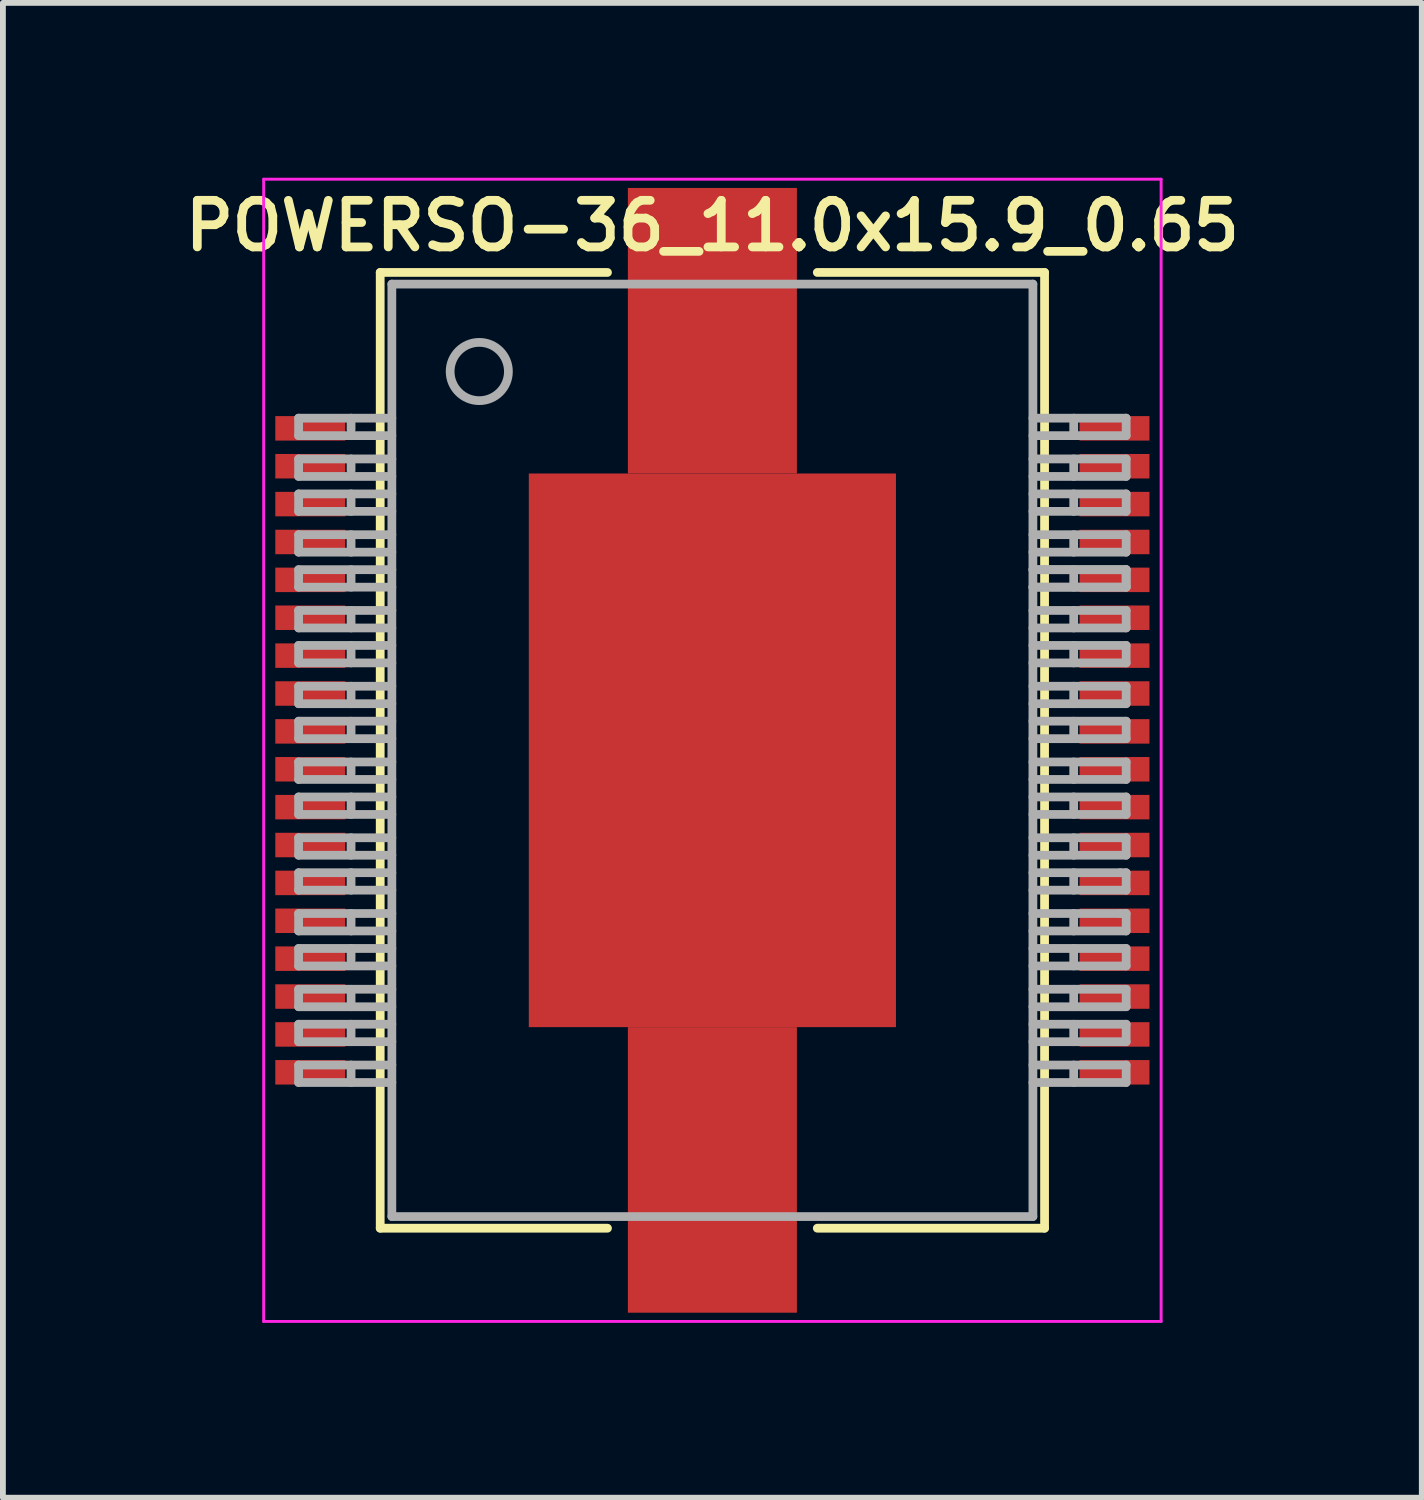
<source format=kicad_pcb>
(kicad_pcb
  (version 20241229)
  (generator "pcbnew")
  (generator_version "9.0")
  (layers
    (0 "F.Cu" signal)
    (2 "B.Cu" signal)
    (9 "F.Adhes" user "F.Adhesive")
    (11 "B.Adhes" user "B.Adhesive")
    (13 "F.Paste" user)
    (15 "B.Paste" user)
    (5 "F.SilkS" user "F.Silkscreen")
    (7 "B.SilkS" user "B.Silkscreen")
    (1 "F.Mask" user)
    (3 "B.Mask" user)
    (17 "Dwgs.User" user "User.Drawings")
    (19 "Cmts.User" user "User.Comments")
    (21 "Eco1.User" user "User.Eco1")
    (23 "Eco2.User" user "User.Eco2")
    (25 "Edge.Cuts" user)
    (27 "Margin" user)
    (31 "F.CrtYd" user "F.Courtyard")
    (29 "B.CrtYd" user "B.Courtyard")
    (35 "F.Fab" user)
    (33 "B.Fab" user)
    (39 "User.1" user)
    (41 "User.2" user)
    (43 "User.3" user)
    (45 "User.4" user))
  (footprint "POWERSO-36_11.0x15.9_0.65"
    (layer "F.Cu")
    (at 9.174 9.825)
    (property "Reference" "POWERSO-36_11.0x15.9_0.65" (at 0 -9 0) (layer "F.SilkS") (effects (font (size 0.8 0.8) (thickness 0.15))))
    (attr through_hole)
    (fp_line (start -5.7 -8.2) (end -1.8 -8.2) (stroke (width 0.15) (type solid)) (layer "F.SilkS"))
    (fp_line (start -5.7 8.2) (end -5.7 -8.2) (stroke (width 0.15) (type solid)) (layer "F.SilkS"))
    (fp_line (start -1.8 8.2) (end -5.7 8.2) (stroke (width 0.15) (type solid)) (layer "F.SilkS"))
    (fp_line (start 1.8 -8.2) (end 5.7 -8.2) (stroke (width 0.15) (type solid)) (layer "F.SilkS"))
    (fp_line (start 5.7 -8.2) (end 5.7 8.2) (stroke (width 0.15) (type solid)) (layer "F.SilkS"))
    (fp_line (start 5.7 8.2) (end 1.8 8.2) (stroke (width 0.15) (type solid)) (layer "F.SilkS"))
    (fp_line (start -7.7 -9.8) (end 7.7 -9.8) (stroke (width 0.05) (type solid)) (layer "F.CrtYd"))
    (fp_line (start -7.7 9.8) (end -7.7 -9.8) (stroke (width 0.05) (type solid)) (layer "F.CrtYd"))
    (fp_line (start 7.7 -9.8) (end 7.7 9.8) (stroke (width 0.05) (type solid)) (layer "F.CrtYd"))
    (fp_line (start 7.7 9.8) (end -7.7 9.8) (stroke (width 0.05) (type solid)) (layer "F.CrtYd"))
    (fp_line (start -7.1 -5.7) (end -5.5 -5.7) (stroke (width 0.15) (type solid)) (layer "F.Fab"))
    (fp_line (start -7.1 -5.4) (end -7.1 -5.7) (stroke (width 0.15) (type solid)) (layer "F.Fab"))
    (fp_line (start -7.1 -5) (end -5.5 -5) (stroke (width 0.15) (type solid)) (layer "F.Fab"))
    (fp_line (start -7.1 -4.7) (end -7.1 -5) (stroke (width 0.15) (type solid)) (layer "F.Fab"))
    (fp_line (start -7.1 -4.4) (end -7.1 -4.1) (stroke (width 0.15) (type solid)) (layer "F.Fab"))
    (fp_line (start -7.1 -4.1) (end -5.5 -4.1) (stroke (width 0.15) (type solid)) (layer "F.Fab"))
    (fp_line (start -7.1 -3.7) (end -7.1 -3.4) (stroke (width 0.15) (type solid)) (layer "F.Fab"))
    (fp_line (start -7.1 -3.4) (end -5.5 -3.4) (stroke (width 0.15) (type solid)) (layer "F.Fab"))
    (fp_line (start -7.1 -3.1) (end -7.1 -2.8) (stroke (width 0.15) (type solid)) (layer "F.Fab"))
    (fp_line (start -7.1 -2.8) (end -5.5 -2.8) (stroke (width 0.15) (type solid)) (layer "F.Fab"))
    (fp_line (start -7.1 -2.4) (end -7.1 -2.1) (stroke (width 0.15) (type solid)) (layer "F.Fab"))
    (fp_line (start -7.1 -2.1) (end -5.5 -2.1) (stroke (width 0.15) (type solid)) (layer "F.Fab"))
    (fp_line (start -7.1 -1.8) (end -7.1 -1.5) (stroke (width 0.15) (type solid)) (layer "F.Fab"))
    (fp_line (start -7.1 -1.5) (end -5.5 -1.5) (stroke (width 0.15) (type solid)) (layer "F.Fab"))
    (fp_line (start -7.1 -1.1) (end -7.1 -0.8) (stroke (width 0.15) (type solid)) (layer "F.Fab"))
    (fp_line (start -7.1 -0.8) (end -5.5 -0.8) (stroke (width 0.15) (type solid)) (layer "F.Fab"))
    (fp_line (start -7.1 -0.5) (end -7.1 -0.2) (stroke (width 0.15) (type solid)) (layer "F.Fab"))
    (fp_line (start -7.1 -0.2) (end -5.5 -0.2) (stroke (width 0.15) (type solid)) (layer "F.Fab"))
    (fp_line (start -7.1 0.2) (end -7.1 0.5) (stroke (width 0.15) (type solid)) (layer "F.Fab"))
    (fp_line (start -7.1 0.5) (end -5.5 0.5) (stroke (width 0.15) (type solid)) (layer "F.Fab"))
    (fp_line (start -7.1 0.8) (end -7.1 1.1) (stroke (width 0.15) (type solid)) (layer "F.Fab"))
    (fp_line (start -7.1 1.1) (end -5.5 1.1) (stroke (width 0.15) (type solid)) (layer "F.Fab"))
    (fp_line (start -7.1 1.5) (end -7.1 1.8) (stroke (width 0.15) (type solid)) (layer "F.Fab"))
    (fp_line (start -7.1 1.8) (end -5.5 1.8) (stroke (width 0.15) (type solid)) (layer "F.Fab"))
    (fp_line (start -7.1 2.1) (end -7.1 2.4) (stroke (width 0.15) (type solid)) (layer "F.Fab"))
    (fp_line (start -7.1 2.4) (end -5.5 2.4) (stroke (width 0.15) (type solid)) (layer "F.Fab"))
    (fp_line (start -7.1 2.8) (end -7.1 3.1) (stroke (width 0.15) (type solid)) (layer "F.Fab"))
    (fp_line (start -7.1 3.1) (end -5.5 3.1) (stroke (width 0.15) (type solid)) (layer "F.Fab"))
    (fp_line (start -7.1 3.4) (end -7.1 3.7) (stroke (width 0.15) (type solid)) (layer "F.Fab"))
    (fp_line (start -7.1 3.7) (end -5.5 3.7) (stroke (width 0.15) (type solid)) (layer "F.Fab"))
    (fp_line (start -7.1 4.1) (end -7.1 4.4) (stroke (width 0.15) (type solid)) (layer "F.Fab"))
    (fp_line (start -7.1 4.4) (end -5.5 4.4) (stroke (width 0.15) (type solid)) (layer "F.Fab"))
    (fp_line (start -7.1 4.7) (end -7.1 5) (stroke (width 0.15) (type solid)) (layer "F.Fab"))
    (fp_line (start -7.1 5) (end -5.5 5) (stroke (width 0.15) (type solid)) (layer "F.Fab"))
    (fp_line (start -7.1 5.4) (end -7.1 5.7) (stroke (width 0.15) (type solid)) (layer "F.Fab"))
    (fp_line (start -7.1 5.7) (end -5.5 5.7) (stroke (width 0.15) (type solid)) (layer "F.Fab"))
    (fp_line (start -6.2 -5.7) (end -6.2 -5.5) (stroke (width 0.15) (type solid)) (layer "F.Fab"))
    (fp_line (start -6.2 -5) (end -6.2 -4.8) (stroke (width 0.15) (type solid)) (layer "F.Fab"))
    (fp_line (start -6.2 -4.4) (end -6.2 -4.1) (stroke (width 0.15) (type solid)) (layer "F.Fab"))
    (fp_line (start -6.2 -3.7) (end -6.2 -3.4) (stroke (width 0.15) (type solid)) (layer "F.Fab"))
    (fp_line (start -6.2 -3.1) (end -6.2 -2.8) (stroke (width 0.15) (type solid)) (layer "F.Fab"))
    (fp_line (start -6.2 -2.4) (end -6.2 -2.1) (stroke (width 0.15) (type solid)) (layer "F.Fab"))
    (fp_line (start -6.2 -1.8) (end -6.2 -1.5) (stroke (width 0.15) (type solid)) (layer "F.Fab"))
    (fp_line (start -6.2 -1.1) (end -6.2 -0.8) (stroke (width 0.15) (type solid)) (layer "F.Fab"))
    (fp_line (start -6.2 -0.5) (end -6.2 -0.2) (stroke (width 0.15) (type solid)) (layer "F.Fab"))
    (fp_line (start -6.2 0.2) (end -6.2 0.4) (stroke (width 0.15) (type solid)) (layer "F.Fab"))
    (fp_line (start -6.2 0.8) (end -6.2 1.1) (stroke (width 0.15) (type solid)) (layer "F.Fab"))
    (fp_line (start -6.2 1.5) (end -6.2 1.8) (stroke (width 0.15) (type solid)) (layer "F.Fab"))
    (fp_line (start -6.2 2.1) (end -6.2 2.4) (stroke (width 0.15) (type solid)) (layer "F.Fab"))
    (fp_line (start -6.2 2.8) (end -6.2 3.1) (stroke (width 0.15) (type solid)) (layer "F.Fab"))
    (fp_line (start -6.2 3.4) (end -6.2 3.6) (stroke (width 0.15) (type solid)) (layer "F.Fab"))
    (fp_line (start -6.2 4.1) (end -6.2 4.4) (stroke (width 0.15) (type solid)) (layer "F.Fab"))
    (fp_line (start -6.2 4.7) (end -6.2 5) (stroke (width 0.15) (type solid)) (layer "F.Fab"))
    (fp_line (start -6.2 5.4) (end -6.2 5.7) (stroke (width 0.15) (type solid)) (layer "F.Fab"))
    (fp_line (start -5.5 -8) (end -5.5 8) (stroke (width 0.15) (type solid)) (layer "F.Fab"))
    (fp_line (start -5.5 -5.4) (end -7.1 -5.4) (stroke (width 0.15) (type solid)) (layer "F.Fab"))
    (fp_line (start -5.5 -4.7) (end -7.1 -4.7) (stroke (width 0.15) (type solid)) (layer "F.Fab"))
    (fp_line (start -5.5 -4.4) (end -7.1 -4.4) (stroke (width 0.15) (type solid)) (layer "F.Fab"))
    (fp_line (start -5.5 -3.7) (end -7.1 -3.7) (stroke (width 0.15) (type solid)) (layer "F.Fab"))
    (fp_line (start -5.5 -3.1) (end -7.1 -3.1) (stroke (width 0.15) (type solid)) (layer "F.Fab"))
    (fp_line (start -5.5 -2.4) (end -7.1 -2.4) (stroke (width 0.15) (type solid)) (layer "F.Fab"))
    (fp_line (start -5.5 -1.8) (end -7.1 -1.8) (stroke (width 0.15) (type solid)) (layer "F.Fab"))
    (fp_line (start -5.5 -1.1) (end -7.1 -1.1) (stroke (width 0.15) (type solid)) (layer "F.Fab"))
    (fp_line (start -5.5 -0.5) (end -7.1 -0.5) (stroke (width 0.15) (type solid)) (layer "F.Fab"))
    (fp_line (start -5.5 0.2) (end -7.1 0.2) (stroke (width 0.15) (type solid)) (layer "F.Fab"))
    (fp_line (start -5.5 0.8) (end -7.1 0.8) (stroke (width 0.15) (type solid)) (layer "F.Fab"))
    (fp_line (start -5.5 1.5) (end -7.1 1.5) (stroke (width 0.15) (type solid)) (layer "F.Fab"))
    (fp_line (start -5.5 2.1) (end -7.1 2.1) (stroke (width 0.15) (type solid)) (layer "F.Fab"))
    (fp_line (start -5.5 2.8) (end -7.1 2.8) (stroke (width 0.15) (type solid)) (layer "F.Fab"))
    (fp_line (start -5.5 3.4) (end -7.1 3.4) (stroke (width 0.15) (type solid)) (layer "F.Fab"))
    (fp_line (start -5.5 4.1) (end -7.1 4.1) (stroke (width 0.15) (type solid)) (layer "F.Fab"))
    (fp_line (start -5.5 4.7) (end -7.1 4.7) (stroke (width 0.15) (type solid)) (layer "F.Fab"))
    (fp_line (start -5.5 5.4) (end -7.1 5.4) (stroke (width 0.15) (type solid)) (layer "F.Fab"))
    (fp_line (start -5.5 8) (end 5.5 8) (stroke (width 0.15) (type solid)) (layer "F.Fab"))
    (fp_line (start 5.5 -8) (end -5.5 -8) (stroke (width 0.15) (type solid)) (layer "F.Fab"))
    (fp_line (start 5.5 -5.7) (end 7.1 -5.7) (stroke (width 0.15) (type solid)) (layer "F.Fab"))
    (fp_line (start 5.5 -5) (end 7.1 -5) (stroke (width 0.15) (type solid)) (layer "F.Fab"))
    (fp_line (start 5.5 -4.4) (end 7.1 -4.4) (stroke (width 0.15) (type solid)) (layer "F.Fab"))
    (fp_line (start 5.5 -3.7) (end 7.1 -3.7) (stroke (width 0.15) (type solid)) (layer "F.Fab"))
    (fp_line (start 5.5 -3.1) (end 7.1 -3.1) (stroke (width 0.15) (type solid)) (layer "F.Fab"))
    (fp_line (start 5.5 -3.1) (end 7.1 -3.1) (stroke (width 0.15) (type solid)) (layer "F.Fab"))
    (fp_line (start 5.5 -2.4) (end 7.1 -2.4) (stroke (width 0.15) (type solid)) (layer "F.Fab"))
    (fp_line (start 5.5 -1.8) (end 7.1 -1.8) (stroke (width 0.15) (type solid)) (layer "F.Fab"))
    (fp_line (start 5.5 -1.1) (end 7.1 -1.1) (stroke (width 0.15) (type solid)) (layer "F.Fab"))
    (fp_line (start 5.5 -0.5) (end 7.1 -0.5) (stroke (width 0.15) (type solid)) (layer "F.Fab"))
    (fp_line (start 5.5 0.2) (end 7.1 0.2) (stroke (width 0.15) (type solid)) (layer "F.Fab"))
    (fp_line (start 5.5 0.8) (end 7.1 0.8) (stroke (width 0.15) (type solid)) (layer "F.Fab"))
    (fp_line (start 5.5 1.5) (end 7.1 1.5) (stroke (width 0.15) (type solid)) (layer "F.Fab"))
    (fp_line (start 5.5 2.1) (end 7 2.1) (stroke (width 0.15) (type solid)) (layer "F.Fab"))
    (fp_line (start 5.5 2.8) (end 7 2.8) (stroke (width 0.15) (type solid)) (layer "F.Fab"))
    (fp_line (start 5.5 3.4) (end 7.1 3.4) (stroke (width 0.15) (type solid)) (layer "F.Fab"))
    (fp_line (start 5.5 4.1) (end 7.1 4.1) (stroke (width 0.15) (type solid)) (layer "F.Fab"))
    (fp_line (start 5.5 4.7) (end 7.1 4.7) (stroke (width 0.15) (type solid)) (layer "F.Fab"))
    (fp_line (start 5.5 5.4) (end 7.1 5.4) (stroke (width 0.15) (type solid)) (layer "F.Fab"))
    (fp_line (start 5.5 8) (end 5.5 -8) (stroke (width 0.15) (type solid)) (layer "F.Fab"))
    (fp_line (start 6.2 -5.4) (end 6.2 -5.7) (stroke (width 0.15) (type solid)) (layer "F.Fab"))
    (fp_line (start 6.2 -4.7) (end 6.2 -5) (stroke (width 0.15) (type solid)) (layer "F.Fab"))
    (fp_line (start 6.2 -4.1) (end 6.2 -4.4) (stroke (width 0.15) (type solid)) (layer "F.Fab"))
    (fp_line (start 6.2 -3.4) (end 6.2 -3.7) (stroke (width 0.15) (type solid)) (layer "F.Fab"))
    (fp_line (start 6.2 -2.8) (end 6.2 -3.1) (stroke (width 0.15) (type solid)) (layer "F.Fab"))
    (fp_line (start 6.2 -2.1) (end 6.2 -2.4) (stroke (width 0.15) (type solid)) (layer "F.Fab"))
    (fp_line (start 6.2 -1.5) (end 6.2 -1.8) (stroke (width 0.15) (type solid)) (layer "F.Fab"))
    (fp_line (start 6.2 -0.8) (end 6.2 -1.1) (stroke (width 0.15) (type solid)) (layer "F.Fab"))
    (fp_line (start 6.2 -0.2) (end 6.2 -0.5) (stroke (width 0.15) (type solid)) (layer "F.Fab"))
    (fp_line (start 6.2 0.5) (end 6.2 0.2) (stroke (width 0.15) (type solid)) (layer "F.Fab"))
    (fp_line (start 6.2 1.1) (end 6.2 0.8) (stroke (width 0.15) (type solid)) (layer "F.Fab"))
    (fp_line (start 6.2 1.8) (end 6.2 1.5) (stroke (width 0.15) (type solid)) (layer "F.Fab"))
    (fp_line (start 6.2 2.4) (end 6.2 2.1) (stroke (width 0.15) (type solid)) (layer "F.Fab"))
    (fp_line (start 6.2 3.1) (end 6.2 2.8) (stroke (width 0.15) (type solid)) (layer "F.Fab"))
    (fp_line (start 6.2 3.7) (end 6.2 3.4) (stroke (width 0.15) (type solid)) (layer "F.Fab"))
    (fp_line (start 6.2 4.4) (end 6.2 4.1) (stroke (width 0.15) (type solid)) (layer "F.Fab"))
    (fp_line (start 6.2 5) (end 6.2 4.7) (stroke (width 0.15) (type solid)) (layer "F.Fab"))
    (fp_line (start 6.2 5.7) (end 6.2 5.4) (stroke (width 0.15) (type solid)) (layer "F.Fab"))
    (fp_line (start 7 2.1) (end 7.1 2.1) (stroke (width 0.15) (type solid)) (layer "F.Fab"))
    (fp_line (start 7 2.8) (end 7.1 2.8) (stroke (width 0.15) (type solid)) (layer "F.Fab"))
    (fp_line (start 7.1 -5.7) (end 7.1 -5.4) (stroke (width 0.15) (type solid)) (layer "F.Fab"))
    (fp_line (start 7.1 -5.4) (end 5.5 -5.4) (stroke (width 0.15) (type solid)) (layer "F.Fab"))
    (fp_line (start 7.1 -5) (end 7.1 -4.7) (stroke (width 0.15) (type solid)) (layer "F.Fab"))
    (fp_line (start 7.1 -4.7) (end 5.5 -4.7) (stroke (width 0.15) (type solid)) (layer "F.Fab"))
    (fp_line (start 7.1 -4.4) (end 7.1 -4.1) (stroke (width 0.15) (type solid)) (layer "F.Fab"))
    (fp_line (start 7.1 -4.1) (end 5.5 -4.1) (stroke (width 0.15) (type solid)) (layer "F.Fab"))
    (fp_line (start 7.1 -3.7) (end 7.1 -3.4) (stroke (width 0.15) (type solid)) (layer "F.Fab"))
    (fp_line (start 7.1 -3.4) (end 5.5 -3.4) (stroke (width 0.15) (type solid)) (layer "F.Fab"))
    (fp_line (start 7.1 -3.1) (end 7.1 -2.8) (stroke (width 0.15) (type solid)) (layer "F.Fab"))
    (fp_line (start 7.1 -3.1) (end 7.1 -2.8) (stroke (width 0.15) (type solid)) (layer "F.Fab"))
    (fp_line (start 7.1 -2.8) (end 5.5 -2.8) (stroke (width 0.15) (type solid)) (layer "F.Fab"))
    (fp_line (start 7.1 -2.8) (end 5.5 -2.8) (stroke (width 0.15) (type solid)) (layer "F.Fab"))
    (fp_line (start 7.1 -2.4) (end 7.1 -2.1) (stroke (width 0.15) (type solid)) (layer "F.Fab"))
    (fp_line (start 7.1 -2.1) (end 5.5 -2.1) (stroke (width 0.15) (type solid)) (layer "F.Fab"))
    (fp_line (start 7.1 -1.8) (end 7.1 -1.5) (stroke (width 0.15) (type solid)) (layer "F.Fab"))
    (fp_line (start 7.1 -1.5) (end 5.5 -1.5) (stroke (width 0.15) (type solid)) (layer "F.Fab"))
    (fp_line (start 7.1 -1.1) (end 7.1 -0.8) (stroke (width 0.15) (type solid)) (layer "F.Fab"))
    (fp_line (start 7.1 -0.8) (end 5.5 -0.8) (stroke (width 0.15) (type solid)) (layer "F.Fab"))
    (fp_line (start 7.1 -0.5) (end 7.1 -0.2) (stroke (width 0.15) (type solid)) (layer "F.Fab"))
    (fp_line (start 7.1 -0.2) (end 5.5 -0.2) (stroke (width 0.15) (type solid)) (layer "F.Fab"))
    (fp_line (start 7.1 0.2) (end 7.1 0.5) (stroke (width 0.15) (type solid)) (layer "F.Fab"))
    (fp_line (start 7.1 0.5) (end 5.5 0.5) (stroke (width 0.15) (type solid)) (layer "F.Fab"))
    (fp_line (start 7.1 0.8) (end 7.1 1.1) (stroke (width 0.15) (type solid)) (layer "F.Fab"))
    (fp_line (start 7.1 1.1) (end 5.5 1.1) (stroke (width 0.15) (type solid)) (layer "F.Fab"))
    (fp_line (start 7.1 1.5) (end 7.1 1.8) (stroke (width 0.15) (type solid)) (layer "F.Fab"))
    (fp_line (start 7.1 1.8) (end 5.5 1.8) (stroke (width 0.15) (type solid)) (layer "F.Fab"))
    (fp_line (start 7.1 2.1) (end 7.1 2.4) (stroke (width 0.15) (type solid)) (layer "F.Fab"))
    (fp_line (start 7.1 2.4) (end 5.5 2.4) (stroke (width 0.15) (type solid)) (layer "F.Fab"))
    (fp_line (start 7.1 2.8) (end 7.1 3.1) (stroke (width 0.15) (type solid)) (layer "F.Fab"))
    (fp_line (start 7.1 3.1) (end 5.5 3.1) (stroke (width 0.15) (type solid)) (layer "F.Fab"))
    (fp_line (start 7.1 3.4) (end 7.1 3.7) (stroke (width 0.15) (type solid)) (layer "F.Fab"))
    (fp_line (start 7.1 3.7) (end 5.5 3.7) (stroke (width 0.15) (type solid)) (layer "F.Fab"))
    (fp_line (start 7.1 4.1) (end 7.1 4.4) (stroke (width 0.15) (type solid)) (layer "F.Fab"))
    (fp_line (start 7.1 4.4) (end 5.5 4.4) (stroke (width 0.15) (type solid)) (layer "F.Fab"))
    (fp_line (start 7.1 4.7) (end 7.1 5) (stroke (width 0.15) (type solid)) (layer "F.Fab"))
    (fp_line (start 7.1 5) (end 5.5 5) (stroke (width 0.15) (type solid)) (layer "F.Fab"))
    (fp_line (start 7.1 5.4) (end 7.1 5.7) (stroke (width 0.15) (type solid)) (layer "F.Fab"))
    (fp_line (start 7.1 5.7) (end 5.5 5.7) (stroke (width 0.15) (type solid)) (layer "F.Fab"))
    (fp_circle (center -4 -6.5) (end -3.5 -6.5) (stroke (width 0.15) (type solid)) (fill no) (layer "F.Fab"))
    (pad "1" smd rect (at -6.9 -5.525) (size 1.2 0.42) (layers "F.Cu" "F.Mask" "F.Paste"))
    (pad "2" smd rect (at -6.9 -4.875) (size 1.2 0.42) (layers "F.Cu" "F.Mask" "F.Paste"))
    (pad "3" smd rect (at -6.9 -4.225) (size 1.2 0.42) (layers "F.Cu" "F.Mask" "F.Paste"))
    (pad "4" smd rect (at -6.9 -3.575) (size 1.2 0.42) (layers "F.Cu" "F.Mask" "F.Paste"))
    (pad "5" smd rect (at -6.9 -2.925) (size 1.2 0.42) (layers "F.Cu" "F.Mask" "F.Paste"))
    (pad "6" smd rect (at -6.9 -2.275) (size 1.2 0.42) (layers "F.Cu" "F.Mask" "F.Paste"))
    (pad "7" smd rect (at -6.9 -1.625) (size 1.2 0.42) (layers "F.Cu" "F.Mask" "F.Paste"))
    (pad "8" smd rect (at -6.9 -0.975) (size 1.2 0.42) (layers "F.Cu" "F.Mask" "F.Paste"))
    (pad "9" smd rect (at -6.9 -0.325) (size 1.2 0.42) (layers "F.Cu" "F.Mask" "F.Paste"))
    (pad "10" smd rect (at -6.9 0.325) (size 1.2 0.42) (layers "F.Cu" "F.Mask" "F.Paste"))
    (pad "11" smd rect (at -6.9 0.975) (size 1.2 0.42) (layers "F.Cu" "F.Mask" "F.Paste"))
    (pad "12" smd rect (at -6.9 1.625) (size 1.2 0.42) (layers "F.Cu" "F.Mask" "F.Paste"))
    (pad "13" smd rect (at -6.9 2.275) (size 1.2 0.42) (layers "F.Cu" "F.Mask" "F.Paste"))
    (pad "14" smd rect (at -6.9 2.925) (size 1.2 0.42) (layers "F.Cu" "F.Mask" "F.Paste"))
    (pad "15" smd rect (at -6.9 3.575) (size 1.2 0.42) (layers "F.Cu" "F.Mask" "F.Paste"))
    (pad "16" smd rect (at -6.9 4.225) (size 1.2 0.42) (layers "F.Cu" "F.Mask" "F.Paste"))
    (pad "17" smd rect (at -6.9 4.875) (size 1.2 0.42) (layers "F.Cu" "F.Mask" "F.Paste"))
    (pad "18" smd rect (at -6.9 5.525) (size 1.2 0.42) (layers "F.Cu" "F.Mask" "F.Paste"))
    (pad "19" smd rect (at 6.9 5.525) (size 1.2 0.42) (layers "F.Cu" "F.Mask" "F.Paste"))
    (pad "20" smd rect (at 6.9 4.875) (size 1.2 0.42) (layers "F.Cu" "F.Mask" "F.Paste"))
    (pad "21" smd rect (at 6.9 4.225) (size 1.2 0.42) (layers "F.Cu" "F.Mask" "F.Paste"))
    (pad "22" smd rect (at 6.9 3.575) (size 1.2 0.42) (layers "F.Cu" "F.Mask" "F.Paste"))
    (pad "23" smd rect (at 6.9 2.925) (size 1.2 0.42) (layers "F.Cu" "F.Mask" "F.Paste"))
    (pad "24" smd rect (at 6.9 2.275) (size 1.2 0.42) (layers "F.Cu" "F.Mask" "F.Paste"))
    (pad "25" smd rect (at 6.9 1.625) (size 1.2 0.42) (layers "F.Cu" "F.Mask" "F.Paste"))
    (pad "26" smd rect (at 6.9 0.975) (size 1.2 0.42) (layers "F.Cu" "F.Mask" "F.Paste"))
    (pad "27" smd rect (at 6.9 0.325) (size 1.2 0.42) (layers "F.Cu" "F.Mask" "F.Paste"))
    (pad "28" smd rect (at 6.9 -0.325) (size 1.2 0.42) (layers "F.Cu" "F.Mask" "F.Paste"))
    (pad "29" smd rect (at 6.9 -0.975) (size 1.2 0.42) (layers "F.Cu" "F.Mask" "F.Paste"))
    (pad "30" smd rect (at 6.9 -1.625) (size 1.2 0.42) (layers "F.Cu" "F.Mask" "F.Paste"))
    (pad "31" smd rect (at 6.9 -2.275) (size 1.2 0.42) (layers "F.Cu" "F.Mask" "F.Paste"))
    (pad "32" smd rect (at 6.9 -2.925) (size 1.2 0.42) (layers "F.Cu" "F.Mask" "F.Paste"))
    (pad "33" smd rect (at 6.9 -3.575) (size 1.2 0.42) (layers "F.Cu" "F.Mask" "F.Paste"))
    (pad "34" smd rect (at 6.9 -4.225) (size 1.2 0.42) (layers "F.Cu" "F.Mask" "F.Paste"))
    (pad "35" smd rect (at 6.9 -4.875) (size 1.2 0.42) (layers "F.Cu" "F.Mask" "F.Paste"))
    (pad "36" smd rect (at 6.9 -5.525) (size 1.2 0.42) (layers "F.Cu" "F.Mask" "F.Paste"))
    (pad "TAB" smd rect (at 0 -7.2) (size 2.9 4.9) (layers "F.Cu" "F.Mask" "F.Paste"))
    (pad "TAB" smd rect (at 0 0) (size 6.3 9.5) (layers "F.Cu" "F.Mask" "F.Paste"))
    (pad "TAB" smd rect (at 0 7.2) (size 2.9 4.9) (layers "F.Cu" "F.Mask" "F.Paste")))
  (gr_rect
    (start -3 -3)
    (end 21.347 22.65)
    (stroke (width 0.1) (type default))
    (fill no)
    (layer "Edge.Cuts")))
</source>
